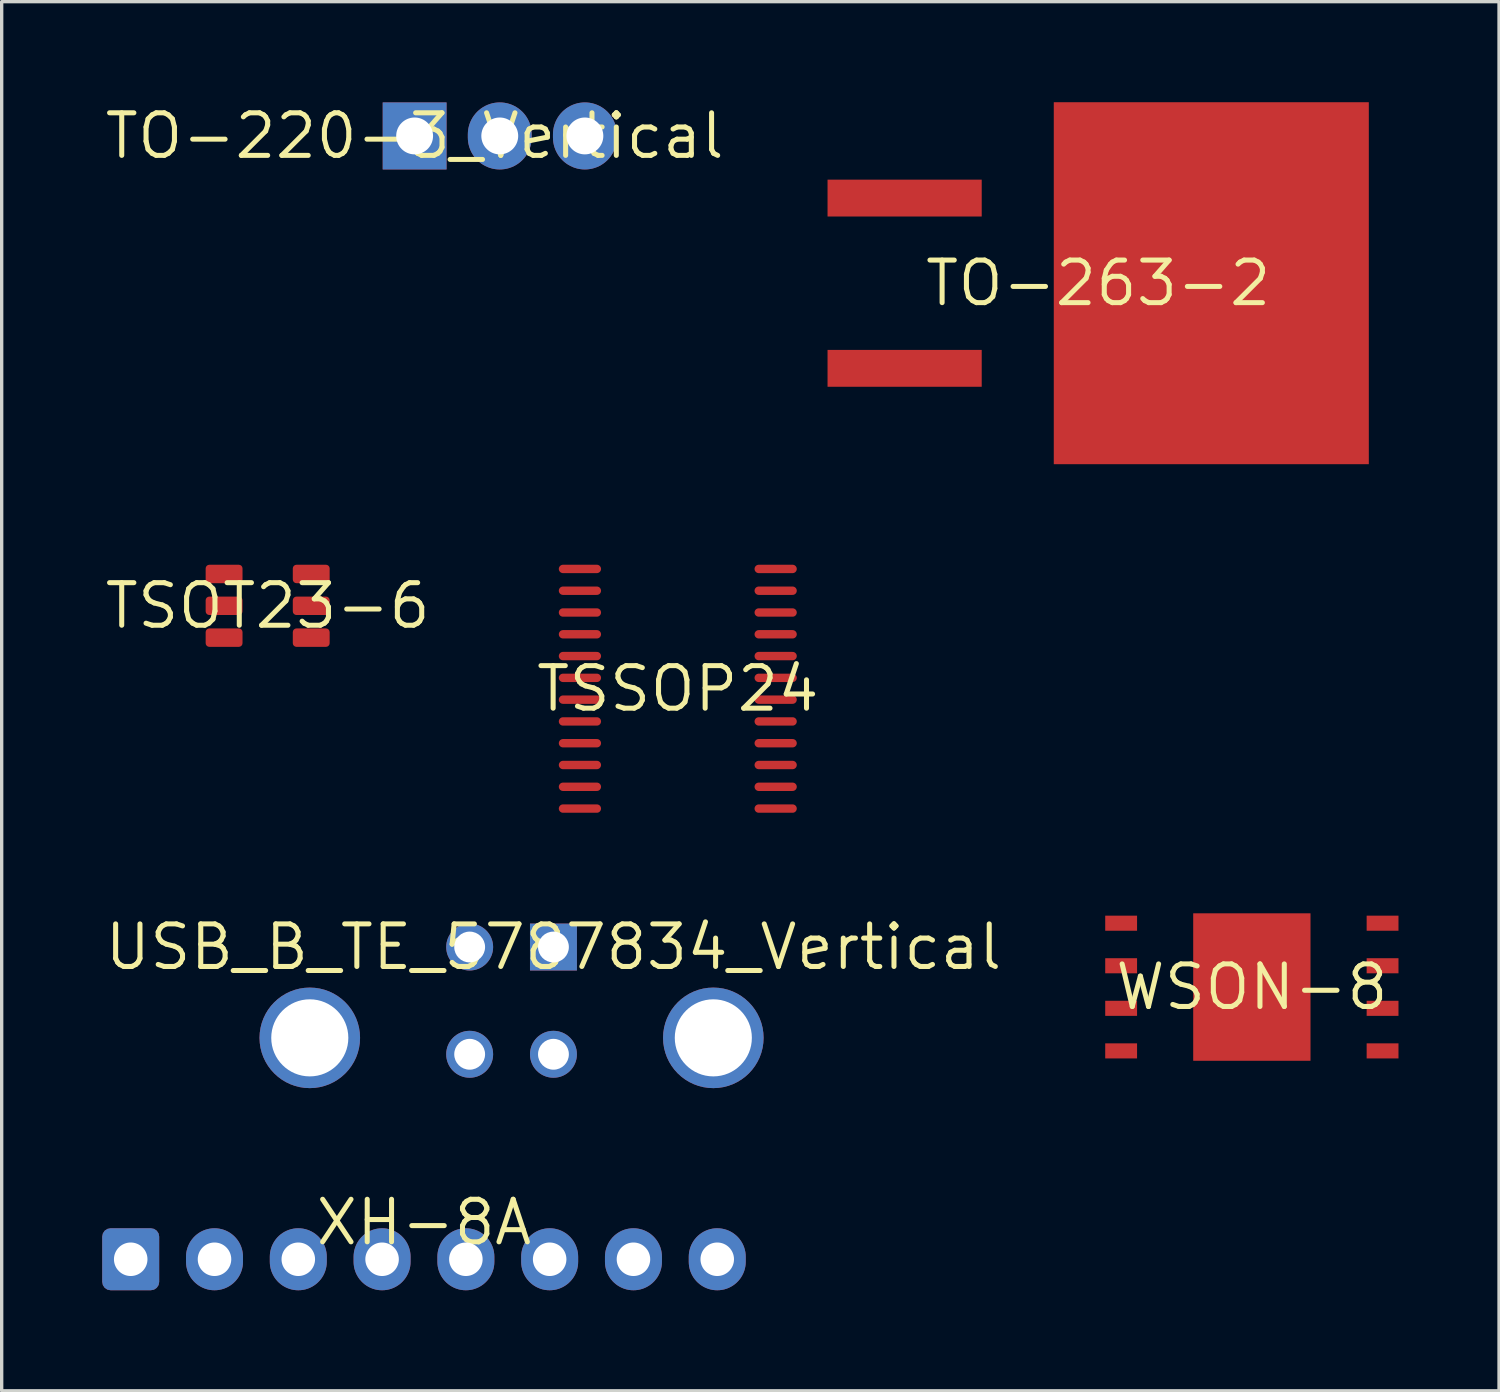
<source format=kicad_pcb>
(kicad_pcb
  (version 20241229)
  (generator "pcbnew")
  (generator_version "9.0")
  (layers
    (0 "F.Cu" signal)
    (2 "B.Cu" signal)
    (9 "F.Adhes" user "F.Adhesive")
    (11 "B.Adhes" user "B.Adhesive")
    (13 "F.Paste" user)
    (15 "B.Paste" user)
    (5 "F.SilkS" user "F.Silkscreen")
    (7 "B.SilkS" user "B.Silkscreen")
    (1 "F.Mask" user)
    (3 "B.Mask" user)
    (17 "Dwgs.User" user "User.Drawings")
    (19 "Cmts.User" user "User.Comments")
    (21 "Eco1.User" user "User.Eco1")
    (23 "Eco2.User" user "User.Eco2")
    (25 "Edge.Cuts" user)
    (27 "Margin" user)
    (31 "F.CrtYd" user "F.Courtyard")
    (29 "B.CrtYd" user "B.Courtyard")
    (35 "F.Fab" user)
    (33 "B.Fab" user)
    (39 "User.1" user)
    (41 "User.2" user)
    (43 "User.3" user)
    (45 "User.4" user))
  (footprint "TSOT23-6"
    (layer "F.Cu")
    (at 4.936 15.025)
    (property "Reference" "TSOT23-6" (at 0 0 0) (layer "F.SilkS") (effects (font (size 1.27 1.27) (thickness 0.15))))
    (attr through_hole)
    (pad "1" smd roundrect (at -1.3 -0.95 270) (size 0.55 1.1) (layers "F.Cu" "F.Mask") (roundrect_rratio 0.2))
    (pad "2" smd roundrect (at -1.3 0 270) (size 0.55 1.1) (layers "F.Cu" "F.Mask") (roundrect_rratio 0.2))
    (pad "3" smd roundrect (at -1.3 0.95 270) (size 0.55 1.1) (layers "F.Cu" "F.Mask") (roundrect_rratio 0.2))
    (pad "4" smd roundrect (at 1.3 0.95 270) (size 0.55 1.1) (layers "F.Cu" "F.Mask") (roundrect_rratio 0.2))
    (pad "5" smd roundrect (at 1.3 0 270) (size 0.55 1.1) (layers "F.Cu" "F.Mask") (roundrect_rratio 0.2))
    (pad "6" smd roundrect (at 1.3 -0.95 270) (size 0.55 1.1) (layers "F.Cu" "F.Mask") (roundrect_rratio 0.2)))
  (footprint "USB_B_TE_5787834_Vertical"
    (layer "F.Cu")
    (at 13.463 25.206)
    (property "Reference" "USB_B_TE_5787834_Vertical" (at 0 0 0) (layer "F.SilkS") (effects (font (size 1.27 1.27) (thickness 0.15))))
    (attr through_hole)
    (pad "1" thru_hole rect (at 0 0) (size 1.4 1.4) (drill 0.92) (layers "*.Cu" "*.Mask"))
    (pad "2" thru_hole circle (at -2.5 0) (size 1.4 1.4) (drill 0.92) (layers "*.Cu" "*.Mask"))
    (pad "3" thru_hole circle (at -2.5 3.2) (size 1.4 1.4) (drill 0.92) (layers "*.Cu" "*.Mask"))
    (pad "4" thru_hole circle (at 0 3.2) (size 1.4 1.4) (drill 0.92) (layers "*.Cu" "*.Mask"))
    (pad "5" thru_hole circle (at -7.27 2.71) (size 3 3) (drill 2.3) (layers "*.Cu" "*.Mask"))
    (pad "5" thru_hole circle (at 4.77 2.71) (size 3 3) (drill 2.3) (layers "*.Cu" "*.Mask")))
  (footprint "TO-220-3_Vertical"
    (layer "F.Cu")
    (at 9.321 1.006)
    (property "Reference" "TO-220-3_Vertical" (at 0 0 0) (layer "F.SilkS") (effects (font (size 1.27 1.27) (thickness 0.15))))
    (attr through_hole)
    (pad "1" thru_hole rect (at 0 0) (size 1.905 2) (drill 1.1) (layers "*.Cu" "*.Mask"))
    (pad "2" thru_hole oval (at 2.54 0) (size 1.905 2) (drill 1.1) (layers "*.Cu" "*.Mask"))
    (pad "3" thru_hole oval (at 5.08 0) (size 1.905 2) (drill 1.1) (layers "*.Cu" "*.Mask")))
  (footprint "TO-263-2"
    (layer "F.Cu")
    (at 29.716 5.4)
    (property "Reference" "TO-263-2" (at 0 0 0) (layer "F.SilkS") (effects (font (size 1.27 1.27) (thickness 0.15))))
    (attr through_hole)
    (pad "" smd rect (at 0.95 -2.775) (size 4.55 5.25) (layers "F.Paste"))
    (pad "" smd rect (at 0.95 2.775) (size 4.55 5.25) (layers "F.Paste"))
    (pad "" smd rect (at 5.8 -2.775) (size 4.55 5.25) (layers "F.Paste"))
    (pad "" smd rect (at 5.8 2.775) (size 4.55 5.25) (layers "F.Paste"))
    (pad "1" smd rect (at -5.775 -2.54) (size 4.6 1.1) (layers "F.Cu" "F.Mask" "F.Paste"))
    (pad "2" smd rect (at 3.375 0) (size 9.4 10.8) (layers "F.Cu" "F.Mask"))
    (pad "3" smd rect (at -5.775 2.54) (size 4.6 1.1) (layers "F.Cu" "F.Mask" "F.Paste")))
  (footprint "XH-8A"
    (layer "F.Cu")
    (at 9.6 33.422)
    (property "Reference" "XH-8A" (at 0 0 0) (layer "F.SilkS") (effects (font (size 1.27 1.27) (thickness 0.15))))
    (attr through_hole)
    (pad "1" thru_hole roundrect (at -8.75 1.1) (size 1.7 1.85) (drill 1) (layers "*.Cu" "*.Mask") (roundrect_rratio 0.147))
    (pad "2" thru_hole oval (at -6.25 1.1) (size 1.7 1.85) (drill 1) (layers "*.Cu" "*.Mask"))
    (pad "3" thru_hole oval (at -3.75 1.1) (size 1.7 1.85) (drill 1) (layers "*.Cu" "*.Mask"))
    (pad "4" thru_hole oval (at -1.25 1.1) (size 1.7 1.85) (drill 1) (layers "*.Cu" "*.Mask"))
    (pad "5" thru_hole oval (at 1.25 1.1) (size 1.7 1.85) (drill 1) (layers "*.Cu" "*.Mask"))
    (pad "6" thru_hole oval (at 3.75 1.1) (size 1.7 1.85) (drill 1) (layers "*.Cu" "*.Mask"))
    (pad "7" thru_hole oval (at 6.25 1.1) (size 1.7 1.85) (drill 1) (layers "*.Cu" "*.Mask"))
    (pad "8" thru_hole oval (at 8.75 1.1) (size 1.7 1.85) (drill 1) (layers "*.Cu" "*.Mask")))
  (footprint "TSSOP24"
    (layer "F.Cu")
    (at 17.173 17.5)
    (property "Reference" "TSSOP24" (at 0 0 0) (layer "F.SilkS") (effects (font (size 1.27 1.27) (thickness 0.15))))
    (attr through_hole)
    (pad "1" smd oval (at -2.92 -3.575 90) (size 0.25 1.26) (layers "F.Cu" "F.Mask"))
    (pad "2" smd oval (at -2.92 -2.925 90) (size 0.25 1.26) (layers "F.Cu" "F.Mask"))
    (pad "3" smd oval (at -2.92 -2.275 90) (size 0.25 1.26) (layers "F.Cu" "F.Mask"))
    (pad "4" smd oval (at -2.92 -1.625 90) (size 0.25 1.26) (layers "F.Cu" "F.Mask"))
    (pad "5" smd oval (at -2.92 -0.975 90) (size 0.25 1.26) (layers "F.Cu" "F.Mask"))
    (pad "6" smd oval (at -2.92 -0.325 90) (size 0.25 1.26) (layers "F.Cu" "F.Mask"))
    (pad "7" smd oval (at -2.92 0.325 90) (size 0.25 1.26) (layers "F.Cu" "F.Mask"))
    (pad "8" smd oval (at -2.92 0.975 90) (size 0.25 1.26) (layers "F.Cu" "F.Mask"))
    (pad "9" smd oval (at -2.92 1.625 90) (size 0.25 1.26) (layers "F.Cu" "F.Mask"))
    (pad "10" smd oval (at -2.92 2.275 90) (size 0.25 1.26) (layers "F.Cu" "F.Mask"))
    (pad "11" smd oval (at -2.92 2.925 90) (size 0.25 1.26) (layers "F.Cu" "F.Mask"))
    (pad "12" smd oval (at -2.92 3.575 90) (size 0.25 1.26) (layers "F.Cu" "F.Mask"))
    (pad "13" smd oval (at 2.92 3.575 90) (size 0.25 1.26) (layers "F.Cu" "F.Mask"))
    (pad "14" smd oval (at 2.92 2.925 90) (size 0.25 1.26) (layers "F.Cu" "F.Mask"))
    (pad "15" smd oval (at 2.92 2.275 90) (size 0.25 1.26) (layers "F.Cu" "F.Mask"))
    (pad "16" smd oval (at 2.92 1.625 90) (size 0.25 1.26) (layers "F.Cu" "F.Mask"))
    (pad "17" smd oval (at 2.92 0.975 90) (size 0.25 1.26) (layers "F.Cu" "F.Mask"))
    (pad "18" smd oval (at 2.92 0.325 90) (size 0.25 1.26) (layers "F.Cu" "F.Mask"))
    (pad "19" smd oval (at 2.92 -0.325 90) (size 0.25 1.26) (layers "F.Cu" "F.Mask"))
    (pad "20" smd oval (at 2.92 -0.975 90) (size 0.25 1.26) (layers "F.Cu" "F.Mask"))
    (pad "21" smd oval (at 2.92 -1.625 90) (size 0.25 1.26) (layers "F.Cu" "F.Mask"))
    (pad "22" smd oval (at 2.92 -2.275 90) (size 0.25 1.26) (layers "F.Cu" "F.Mask"))
    (pad "23" smd oval (at 2.92 -2.925 90) (size 0.25 1.26) (layers "F.Cu" "F.Mask"))
    (pad "24" smd oval (at 2.92 -3.575 90) (size 0.25 1.26) (layers "F.Cu" "F.Mask")))
  (footprint "WSON-8"
    (layer "F.Cu")
    (at 34.301 26.4)
    (property "Reference" "WSON-8" (at 0 0 0) (layer "F.SilkS") (effects (font (size 1.27 1.27) (thickness 0.15))))
    (attr through_hole)
    (pad "1" smd rect (at 0 0 90) (size 4.4 3.5) (layers "F.Cu" "F.Mask"))
    (pad "2" smd rect (at -3.9 -1.905) (size 0.95 0.45) (layers "F.Cu" "F.Mask"))
    (pad "3" smd rect (at -3.9 -0.635) (size 0.95 0.45) (layers "F.Cu" "F.Mask"))
    (pad "4" smd rect (at -3.9 0.635) (size 0.95 0.45) (layers "F.Cu" "F.Mask"))
    (pad "5" smd rect (at -3.9 1.905) (size 0.95 0.45) (layers "F.Cu" "F.Mask"))
    (pad "6" smd rect (at 3.9 1.905) (size 0.95 0.45) (layers "F.Cu" "F.Mask"))
    (pad "7" smd rect (at 3.9 0.635) (size 0.95 0.45) (layers "F.Cu" "F.Mask"))
    (pad "8" smd rect (at 3.9 -0.635) (size 0.95 0.45) (layers "F.Cu" "F.Mask"))
    (pad "9" smd rect (at 3.9 -1.905) (size 0.95 0.45) (layers "F.Cu" "F.Mask")))
  (gr_rect
    (start -3 -3)
    (end 41.676 38.447)
    (stroke (width 0.1) (type default))
    (fill no)
    (layer "Edge.Cuts")))
</source>
